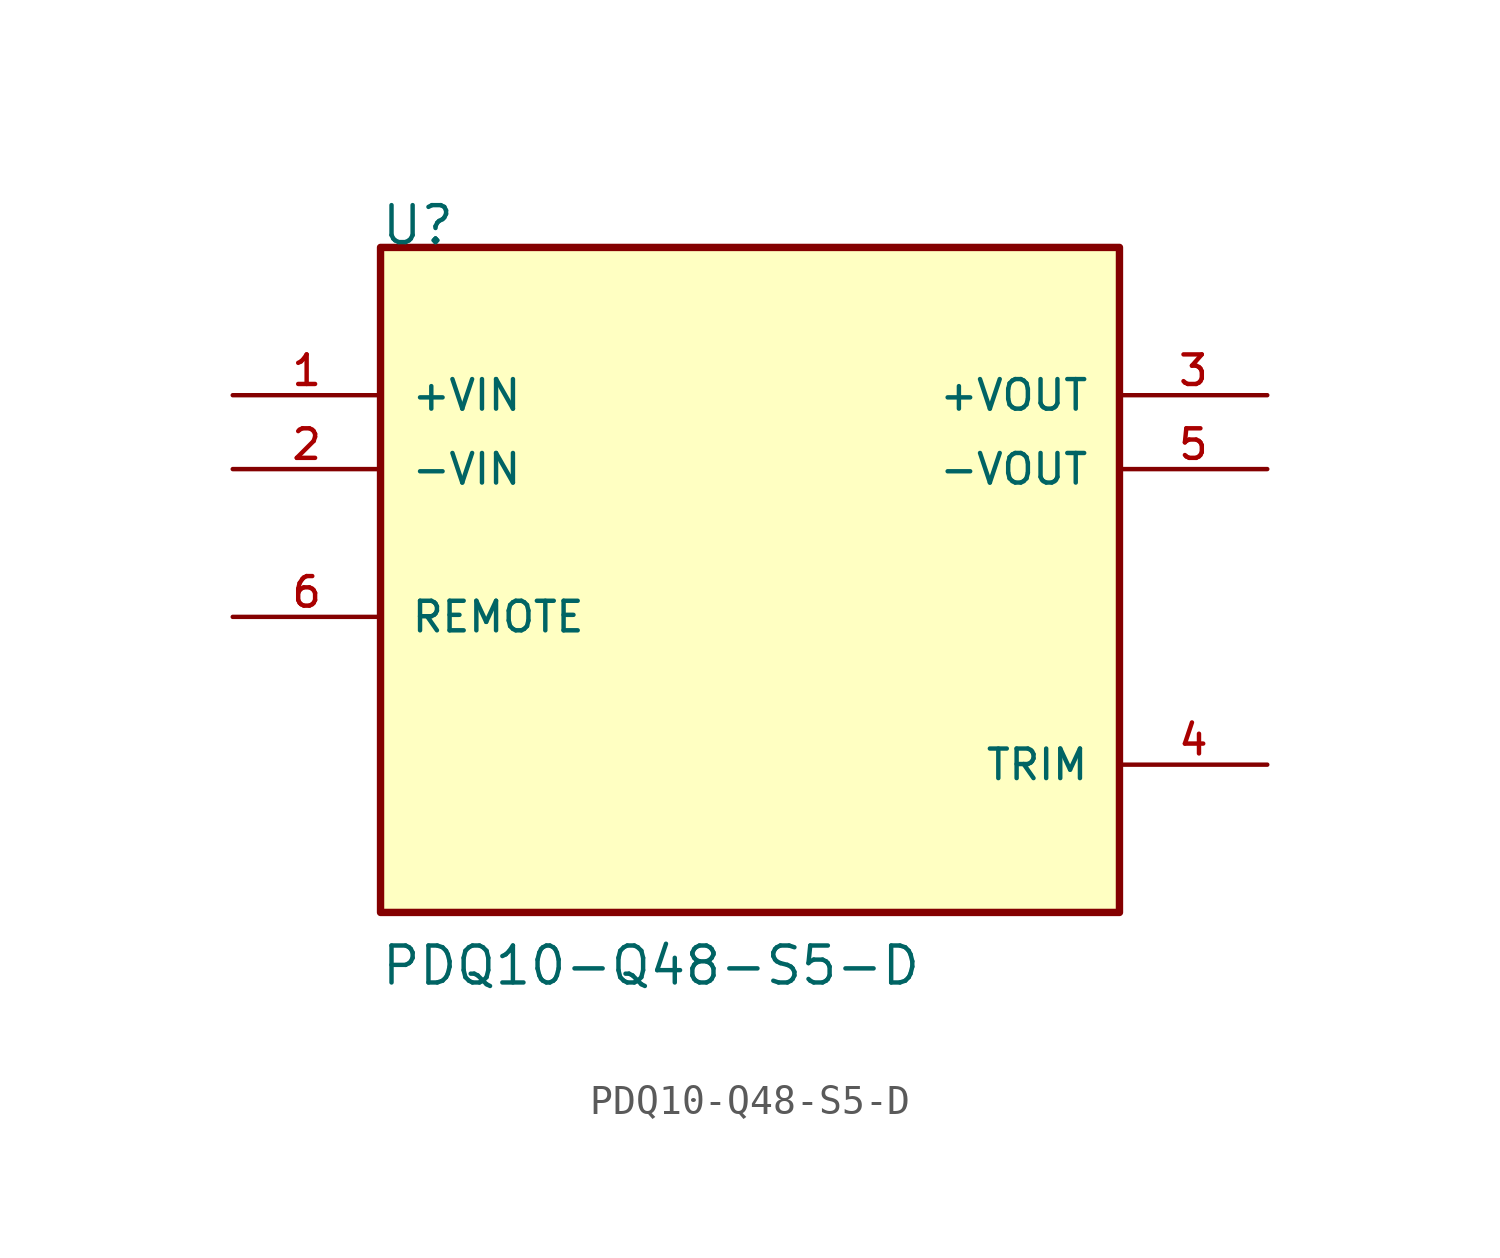
<source format=kicad_sym>
(kicad_symbol_lib
  (version 20211014)
  (generator kicad_symbol_editor)
  (symbol "PDQ10-Q48-S5-D"
    (pin_names
      (offset 1.016))
    (property "Reference" "U"
      (at -12.725 10.18 0)
      (effects (font (size 1.27 1.27)) (justify bottom left)))
    (property "Value" "PDQ10-Q48-S5-D"
      (at -12.725 -15.27 0)
      (effects (font (size 1.27 1.27)) (justify bottom left)))
    (symbol "PDQ10-Q48-S5-D_0_0"
      (rectangle (start -12.7 -12.7) (end 12.7 10.16) (stroke (width 0.254)) (fill (type background)))
      (pin input line (at -17.78 5.08 0) (length 5.08) (name "+VIN" (effects (font (size 1.016 1.016)))) (number "1" (effects (font (size 1.016 1.016)))))
      (pin input line (at -17.78 2.54 0) (length 5.08) (name "-VIN" (effects (font (size 1.016 1.016)))) (number "2" (effects (font (size 1.016 1.016)))))
      (pin output line (at 17.78 5.08 180.0) (length 5.08) (name "+VOUT" (effects (font (size 1.016 1.016)))) (number "3" (effects (font (size 1.016 1.016)))))
      (pin passive line (at 17.78 -7.62 180.0) (length 5.08) (name "TRIM" (effects (font (size 1.016 1.016)))) (number "4" (effects (font (size 1.016 1.016)))))
      (pin output line (at 17.78 2.54 180.0) (length 5.08) (name "-VOUT" (effects (font (size 1.016 1.016)))) (number "5" (effects (font (size 1.016 1.016)))))
      (pin input line (at -17.78 -2.54 0) (length 5.08) (name "REMOTE" (effects (font (size 1.016 1.016)))) (number "6" (effects (font (size 1.016 1.016))))))))
</source>
